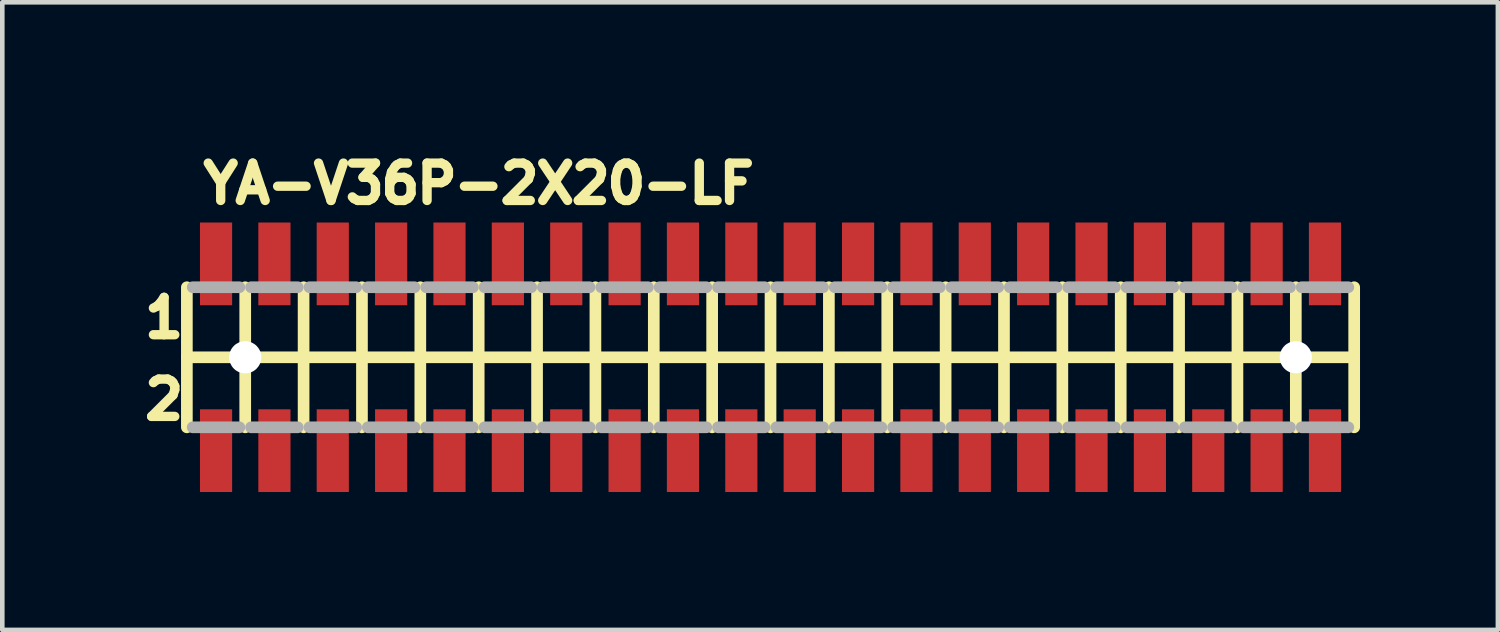
<source format=kicad_pcb>
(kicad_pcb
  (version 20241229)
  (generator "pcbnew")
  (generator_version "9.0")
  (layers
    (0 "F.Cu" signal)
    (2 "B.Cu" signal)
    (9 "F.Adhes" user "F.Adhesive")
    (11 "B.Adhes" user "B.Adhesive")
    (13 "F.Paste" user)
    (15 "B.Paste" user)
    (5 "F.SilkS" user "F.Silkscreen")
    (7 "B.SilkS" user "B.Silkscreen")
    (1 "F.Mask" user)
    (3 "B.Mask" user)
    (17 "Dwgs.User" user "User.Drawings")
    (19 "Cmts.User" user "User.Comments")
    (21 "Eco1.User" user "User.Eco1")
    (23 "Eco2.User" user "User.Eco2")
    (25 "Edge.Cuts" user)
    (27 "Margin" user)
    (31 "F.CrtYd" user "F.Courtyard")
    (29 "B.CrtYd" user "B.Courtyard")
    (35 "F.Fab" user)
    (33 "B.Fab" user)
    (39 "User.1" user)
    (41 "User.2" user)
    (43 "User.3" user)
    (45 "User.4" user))
  (footprint "YA-V36P-2X20-LF"
    (layer "F.Cu")
    (at 13.716 4.724)
    (property "Reference" "YA-V36P-2X20-LF" (at -12.446 -3.302 0) (layer "F.SilkS") (effects (font (size 0.813 0.813) (thickness 0.203)) (justify left bottom)))
    (fp_line (start -12.7 -1.524) (end -12.7 0) (stroke (width 0.254) (type solid)) (layer "F.SilkS"))
    (fp_line (start -12.7 0) (end -12.7 1.524) (stroke (width 0.254) (type solid)) (layer "F.SilkS"))
    (fp_line (start -12.7 0) (end -11.43 0) (stroke (width 0.254) (type solid)) (layer "F.SilkS"))
    (fp_line (start -11.43 0) (end -11.43 -1.524) (stroke (width 0.254) (type solid)) (layer "F.SilkS"))
    (fp_line (start -11.43 0) (end -10.16 0) (stroke (width 0.254) (type solid)) (layer "F.SilkS"))
    (fp_line (start -11.43 1.524) (end -11.43 0) (stroke (width 0.254) (type solid)) (layer "F.SilkS"))
    (fp_line (start -10.16 0) (end -10.16 -1.524) (stroke (width 0.254) (type solid)) (layer "F.SilkS"))
    (fp_line (start -10.16 0) (end -8.89 0) (stroke (width 0.254) (type solid)) (layer "F.SilkS"))
    (fp_line (start -10.16 1.524) (end -10.16 0) (stroke (width 0.254) (type solid)) (layer "F.SilkS"))
    (fp_line (start -8.89 0) (end -8.89 -1.524) (stroke (width 0.254) (type solid)) (layer "F.SilkS"))
    (fp_line (start -8.89 0) (end -7.62 0) (stroke (width 0.254) (type solid)) (layer "F.SilkS"))
    (fp_line (start -8.89 1.524) (end -8.89 0) (stroke (width 0.254) (type solid)) (layer "F.SilkS"))
    (fp_line (start -7.62 0) (end -7.62 -1.524) (stroke (width 0.254) (type solid)) (layer "F.SilkS"))
    (fp_line (start -7.62 0) (end -6.35 0) (stroke (width 0.254) (type solid)) (layer "F.SilkS"))
    (fp_line (start -7.62 1.524) (end -7.62 0) (stroke (width 0.254) (type solid)) (layer "F.SilkS"))
    (fp_line (start -6.35 0) (end -6.35 -1.524) (stroke (width 0.254) (type solid)) (layer "F.SilkS"))
    (fp_line (start -6.35 0) (end -5.08 0) (stroke (width 0.254) (type solid)) (layer "F.SilkS"))
    (fp_line (start -6.35 1.524) (end -6.35 0) (stroke (width 0.254) (type solid)) (layer "F.SilkS"))
    (fp_line (start -5.08 0) (end -5.08 -1.524) (stroke (width 0.254) (type solid)) (layer "F.SilkS"))
    (fp_line (start -5.08 0) (end -3.81 0) (stroke (width 0.254) (type solid)) (layer "F.SilkS"))
    (fp_line (start -5.08 1.524) (end -5.08 0) (stroke (width 0.254) (type solid)) (layer "F.SilkS"))
    (fp_line (start -3.81 0) (end -3.81 -1.524) (stroke (width 0.254) (type solid)) (layer "F.SilkS"))
    (fp_line (start -3.81 0) (end -2.54 0) (stroke (width 0.254) (type solid)) (layer "F.SilkS"))
    (fp_line (start -3.81 1.524) (end -3.81 0) (stroke (width 0.254) (type solid)) (layer "F.SilkS"))
    (fp_line (start -2.54 0) (end -2.54 -1.524) (stroke (width 0.254) (type solid)) (layer "F.SilkS"))
    (fp_line (start -2.54 0) (end -1.27 0) (stroke (width 0.254) (type solid)) (layer "F.SilkS"))
    (fp_line (start -2.54 1.524) (end -2.54 0) (stroke (width 0.254) (type solid)) (layer "F.SilkS"))
    (fp_line (start -1.27 0) (end -1.27 -1.524) (stroke (width 0.254) (type solid)) (layer "F.SilkS"))
    (fp_line (start -1.27 0) (end 0 0) (stroke (width 0.254) (type solid)) (layer "F.SilkS"))
    (fp_line (start -1.27 1.524) (end -1.27 0) (stroke (width 0.254) (type solid)) (layer "F.SilkS"))
    (fp_line (start 0 0) (end 0 -1.524) (stroke (width 0.254) (type solid)) (layer "F.SilkS"))
    (fp_line (start 0 0) (end 1.27 0) (stroke (width 0.254) (type solid)) (layer "F.SilkS"))
    (fp_line (start 0 1.524) (end 0 0) (stroke (width 0.254) (type solid)) (layer "F.SilkS"))
    (fp_line (start 1.27 0) (end 1.27 -1.524) (stroke (width 0.254) (type solid)) (layer "F.SilkS"))
    (fp_line (start 1.27 0) (end 2.54 0) (stroke (width 0.254) (type solid)) (layer "F.SilkS"))
    (fp_line (start 1.27 1.524) (end 1.27 0) (stroke (width 0.254) (type solid)) (layer "F.SilkS"))
    (fp_line (start 2.54 0) (end 2.54 -1.524) (stroke (width 0.254) (type solid)) (layer "F.SilkS"))
    (fp_line (start 2.54 0) (end 3.81 0) (stroke (width 0.254) (type solid)) (layer "F.SilkS"))
    (fp_line (start 2.54 1.524) (end 2.54 0) (stroke (width 0.254) (type solid)) (layer "F.SilkS"))
    (fp_line (start 3.81 0) (end 3.81 -1.524) (stroke (width 0.254) (type solid)) (layer "F.SilkS"))
    (fp_line (start 3.81 0) (end 5.08 0) (stroke (width 0.254) (type solid)) (layer "F.SilkS"))
    (fp_line (start 3.81 1.524) (end 3.81 0) (stroke (width 0.254) (type solid)) (layer "F.SilkS"))
    (fp_line (start 5.08 0) (end 5.08 -1.524) (stroke (width 0.254) (type solid)) (layer "F.SilkS"))
    (fp_line (start 5.08 0) (end 6.35 0) (stroke (width 0.254) (type solid)) (layer "F.SilkS"))
    (fp_line (start 5.08 1.524) (end 5.08 0) (stroke (width 0.254) (type solid)) (layer "F.SilkS"))
    (fp_line (start 6.35 0) (end 6.35 -1.524) (stroke (width 0.254) (type solid)) (layer "F.SilkS"))
    (fp_line (start 6.35 0) (end 7.62 0) (stroke (width 0.254) (type solid)) (layer "F.SilkS"))
    (fp_line (start 6.35 1.524) (end 6.35 0) (stroke (width 0.254) (type solid)) (layer "F.SilkS"))
    (fp_line (start 7.62 0) (end 7.62 -1.524) (stroke (width 0.254) (type solid)) (layer "F.SilkS"))
    (fp_line (start 7.62 0) (end 8.89 0) (stroke (width 0.254) (type solid)) (layer "F.SilkS"))
    (fp_line (start 7.62 1.524) (end 7.62 0) (stroke (width 0.254) (type solid)) (layer "F.SilkS"))
    (fp_line (start 8.89 0) (end 8.89 -1.524) (stroke (width 0.254) (type solid)) (layer "F.SilkS"))
    (fp_line (start 8.89 0) (end 10.16 0) (stroke (width 0.254) (type solid)) (layer "F.SilkS"))
    (fp_line (start 8.89 1.524) (end 8.89 0) (stroke (width 0.254) (type solid)) (layer "F.SilkS"))
    (fp_line (start 10.16 0) (end 10.16 -1.524) (stroke (width 0.254) (type solid)) (layer "F.SilkS"))
    (fp_line (start 10.16 0) (end 11.43 0) (stroke (width 0.254) (type solid)) (layer "F.SilkS"))
    (fp_line (start 10.16 1.524) (end 10.16 0) (stroke (width 0.254) (type solid)) (layer "F.SilkS"))
    (fp_line (start 11.43 0) (end 11.43 -1.524) (stroke (width 0.254) (type solid)) (layer "F.SilkS"))
    (fp_line (start 11.43 0) (end 12.7 0) (stroke (width 0.254) (type solid)) (layer "F.SilkS"))
    (fp_line (start 11.43 1.524) (end 11.43 0) (stroke (width 0.254) (type solid)) (layer "F.SilkS"))
    (fp_line (start 12.7 -1.524) (end 12.7 0) (stroke (width 0.254) (type solid)) (layer "F.SilkS"))
    (fp_line (start 12.7 0) (end 12.7 1.524) (stroke (width 0.254) (type solid)) (layer "F.SilkS"))
    (fp_poly (pts (xy -12.515 -1.132) (xy -11.615 -1.132) (xy -11.615 -2.932) (xy -12.515 -2.932)) (stroke (width 0) (type solid)) (fill yes) (layer "F.Paste"))
    (fp_poly (pts (xy -12.515 2.932) (xy -11.615 2.932) (xy -11.615 1.132) (xy -12.515 1.132)) (stroke (width 0) (type solid)) (fill yes) (layer "F.Paste"))
    (fp_poly (pts (xy -11.245 -1.132) (xy -10.345 -1.132) (xy -10.345 -2.932) (xy -11.245 -2.932)) (stroke (width 0) (type solid)) (fill yes) (layer "F.Paste"))
    (fp_poly (pts (xy -11.245 2.932) (xy -10.345 2.932) (xy -10.345 1.132) (xy -11.245 1.132)) (stroke (width 0) (type solid)) (fill yes) (layer "F.Paste"))
    (fp_poly (pts (xy -9.975 -1.132) (xy -9.075 -1.132) (xy -9.075 -2.932) (xy -9.975 -2.932)) (stroke (width 0) (type solid)) (fill yes) (layer "F.Paste"))
    (fp_poly (pts (xy -9.975 2.932) (xy -9.075 2.932) (xy -9.075 1.132) (xy -9.975 1.132)) (stroke (width 0) (type solid)) (fill yes) (layer "F.Paste"))
    (fp_poly (pts (xy -8.705 -1.132) (xy -7.805 -1.132) (xy -7.805 -2.932) (xy -8.705 -2.932)) (stroke (width 0) (type solid)) (fill yes) (layer "F.Paste"))
    (fp_poly (pts (xy -8.705 2.932) (xy -7.805 2.932) (xy -7.805 1.132) (xy -8.705 1.132)) (stroke (width 0) (type solid)) (fill yes) (layer "F.Paste"))
    (fp_poly (pts (xy -7.435 -1.132) (xy -6.535 -1.132) (xy -6.535 -2.932) (xy -7.435 -2.932)) (stroke (width 0) (type solid)) (fill yes) (layer "F.Paste"))
    (fp_poly (pts (xy -7.435 2.932) (xy -6.535 2.932) (xy -6.535 1.132) (xy -7.435 1.132)) (stroke (width 0) (type solid)) (fill yes) (layer "F.Paste"))
    (fp_poly (pts (xy -6.165 -1.132) (xy -5.265 -1.132) (xy -5.265 -2.932) (xy -6.165 -2.932)) (stroke (width 0) (type solid)) (fill yes) (layer "F.Paste"))
    (fp_poly (pts (xy -6.165 2.932) (xy -5.265 2.932) (xy -5.265 1.132) (xy -6.165 1.132)) (stroke (width 0) (type solid)) (fill yes) (layer "F.Paste"))
    (fp_poly (pts (xy -4.895 -1.132) (xy -3.995 -1.132) (xy -3.995 -2.932) (xy -4.895 -2.932)) (stroke (width 0) (type solid)) (fill yes) (layer "F.Paste"))
    (fp_poly (pts (xy -4.895 2.932) (xy -3.995 2.932) (xy -3.995 1.132) (xy -4.895 1.132)) (stroke (width 0) (type solid)) (fill yes) (layer "F.Paste"))
    (fp_poly (pts (xy -3.625 -1.132) (xy -2.725 -1.132) (xy -2.725 -2.932) (xy -3.625 -2.932)) (stroke (width 0) (type solid)) (fill yes) (layer "F.Paste"))
    (fp_poly (pts (xy -3.625 2.932) (xy -2.725 2.932) (xy -2.725 1.132) (xy -3.625 1.132)) (stroke (width 0) (type solid)) (fill yes) (layer "F.Paste"))
    (fp_poly (pts (xy -2.355 -1.132) (xy -1.455 -1.132) (xy -1.455 -2.932) (xy -2.355 -2.932)) (stroke (width 0) (type solid)) (fill yes) (layer "F.Paste"))
    (fp_poly (pts (xy -2.355 2.932) (xy -1.455 2.932) (xy -1.455 1.132) (xy -2.355 1.132)) (stroke (width 0) (type solid)) (fill yes) (layer "F.Paste"))
    (fp_poly (pts (xy -1.085 -1.132) (xy -0.185 -1.132) (xy -0.185 -2.932) (xy -1.085 -2.932)) (stroke (width 0) (type solid)) (fill yes) (layer "F.Paste"))
    (fp_poly (pts (xy -1.085 2.932) (xy -0.185 2.932) (xy -0.185 1.132) (xy -1.085 1.132)) (stroke (width 0) (type solid)) (fill yes) (layer "F.Paste"))
    (fp_poly (pts (xy 0.185 -1.132) (xy 1.085 -1.132) (xy 1.085 -2.932) (xy 0.185 -2.932)) (stroke (width 0) (type solid)) (fill yes) (layer "F.Paste"))
    (fp_poly (pts (xy 0.185 2.932) (xy 1.085 2.932) (xy 1.085 1.132) (xy 0.185 1.132)) (stroke (width 0) (type solid)) (fill yes) (layer "F.Paste"))
    (fp_poly (pts (xy 1.455 -1.132) (xy 2.355 -1.132) (xy 2.355 -2.932) (xy 1.455 -2.932)) (stroke (width 0) (type solid)) (fill yes) (layer "F.Paste"))
    (fp_poly (pts (xy 1.455 2.932) (xy 2.355 2.932) (xy 2.355 1.132) (xy 1.455 1.132)) (stroke (width 0) (type solid)) (fill yes) (layer "F.Paste"))
    (fp_poly (pts (xy 2.725 -1.132) (xy 3.625 -1.132) (xy 3.625 -2.932) (xy 2.725 -2.932)) (stroke (width 0) (type solid)) (fill yes) (layer "F.Paste"))
    (fp_poly (pts (xy 2.725 2.932) (xy 3.625 2.932) (xy 3.625 1.132) (xy 2.725 1.132)) (stroke (width 0) (type solid)) (fill yes) (layer "F.Paste"))
    (fp_poly (pts (xy 3.995 -1.132) (xy 4.895 -1.132) (xy 4.895 -2.932) (xy 3.995 -2.932)) (stroke (width 0) (type solid)) (fill yes) (layer "F.Paste"))
    (fp_poly (pts (xy 3.995 2.932) (xy 4.895 2.932) (xy 4.895 1.132) (xy 3.995 1.132)) (stroke (width 0) (type solid)) (fill yes) (layer "F.Paste"))
    (fp_poly (pts (xy 5.265 -1.132) (xy 6.165 -1.132) (xy 6.165 -2.932) (xy 5.265 -2.932)) (stroke (width 0) (type solid)) (fill yes) (layer "F.Paste"))
    (fp_poly (pts (xy 5.265 2.932) (xy 6.165 2.932) (xy 6.165 1.132) (xy 5.265 1.132)) (stroke (width 0) (type solid)) (fill yes) (layer "F.Paste"))
    (fp_poly (pts (xy 6.535 -1.132) (xy 7.435 -1.132) (xy 7.435 -2.932) (xy 6.535 -2.932)) (stroke (width 0) (type solid)) (fill yes) (layer "F.Paste"))
    (fp_poly (pts (xy 6.535 2.932) (xy 7.435 2.932) (xy 7.435 1.132) (xy 6.535 1.132)) (stroke (width 0) (type solid)) (fill yes) (layer "F.Paste"))
    (fp_poly (pts (xy 7.805 -1.132) (xy 8.705 -1.132) (xy 8.705 -2.932) (xy 7.805 -2.932)) (stroke (width 0) (type solid)) (fill yes) (layer "F.Paste"))
    (fp_poly (pts (xy 7.805 2.932) (xy 8.705 2.932) (xy 8.705 1.132) (xy 7.805 1.132)) (stroke (width 0) (type solid)) (fill yes) (layer "F.Paste"))
    (fp_poly (pts (xy 9.075 -1.132) (xy 9.975 -1.132) (xy 9.975 -2.932) (xy 9.075 -2.932)) (stroke (width 0) (type solid)) (fill yes) (layer "F.Paste"))
    (fp_poly (pts (xy 9.075 2.932) (xy 9.975 2.932) (xy 9.975 1.132) (xy 9.075 1.132)) (stroke (width 0) (type solid)) (fill yes) (layer "F.Paste"))
    (fp_poly (pts (xy 10.345 -1.132) (xy 11.245 -1.132) (xy 11.245 -2.932) (xy 10.345 -2.932)) (stroke (width 0) (type solid)) (fill yes) (layer "F.Paste"))
    (fp_poly (pts (xy 10.345 2.932) (xy 11.245 2.932) (xy 11.245 1.132) (xy 10.345 1.132)) (stroke (width 0) (type solid)) (fill yes) (layer "F.Paste"))
    (fp_poly (pts (xy 11.615 -1.132) (xy 12.515 -1.132) (xy 12.515 -2.932) (xy 11.615 -2.932)) (stroke (width 0) (type solid)) (fill yes) (layer "F.Paste"))
    (fp_poly (pts (xy 11.615 2.932) (xy 12.515 2.932) (xy 12.515 1.132) (xy 11.615 1.132)) (stroke (width 0) (type solid)) (fill yes) (layer "F.Paste"))
    (fp_line (start -12.573 -1.524) (end -11.557 -1.524) (stroke (width 0.254) (type solid)) (layer "F.Fab"))
    (fp_line (start -12.573 1.524) (end -11.557 1.524) (stroke (width 0.254) (type solid)) (layer "F.Fab"))
    (fp_line (start -11.303 -1.524) (end -10.287 -1.524) (stroke (width 0.254) (type solid)) (layer "F.Fab"))
    (fp_line (start -11.303 1.524) (end -10.287 1.524) (stroke (width 0.254) (type solid)) (layer "F.Fab"))
    (fp_line (start -10.033 -1.524) (end -9.017 -1.524) (stroke (width 0.254) (type solid)) (layer "F.Fab"))
    (fp_line (start -10.033 1.524) (end -9.017 1.524) (stroke (width 0.254) (type solid)) (layer "F.Fab"))
    (fp_line (start -8.763 -1.524) (end -7.747 -1.524) (stroke (width 0.254) (type solid)) (layer "F.Fab"))
    (fp_line (start -8.763 1.524) (end -7.747 1.524) (stroke (width 0.254) (type solid)) (layer "F.Fab"))
    (fp_line (start -7.493 -1.524) (end -6.477 -1.524) (stroke (width 0.254) (type solid)) (layer "F.Fab"))
    (fp_line (start -7.493 1.524) (end -6.477 1.524) (stroke (width 0.254) (type solid)) (layer "F.Fab"))
    (fp_line (start -6.223 -1.524) (end -5.207 -1.524) (stroke (width 0.254) (type solid)) (layer "F.Fab"))
    (fp_line (start -6.223 1.524) (end -5.207 1.524) (stroke (width 0.254) (type solid)) (layer "F.Fab"))
    (fp_line (start -4.953 -1.524) (end -3.937 -1.524) (stroke (width 0.254) (type solid)) (layer "F.Fab"))
    (fp_line (start -4.953 1.524) (end -3.937 1.524) (stroke (width 0.254) (type solid)) (layer "F.Fab"))
    (fp_line (start -3.683 -1.524) (end -2.667 -1.524) (stroke (width 0.254) (type solid)) (layer "F.Fab"))
    (fp_line (start -3.683 1.524) (end -2.667 1.524) (stroke (width 0.254) (type solid)) (layer "F.Fab"))
    (fp_line (start -2.413 -1.524) (end -1.397 -1.524) (stroke (width 0.254) (type solid)) (layer "F.Fab"))
    (fp_line (start -2.413 1.524) (end -1.397 1.524) (stroke (width 0.254) (type solid)) (layer "F.Fab"))
    (fp_line (start -1.143 -1.524) (end -0.127 -1.524) (stroke (width 0.254) (type solid)) (layer "F.Fab"))
    (fp_line (start -1.143 1.524) (end -0.127 1.524) (stroke (width 0.254) (type solid)) (layer "F.Fab"))
    (fp_line (start 0.127 -1.524) (end 1.143 -1.524) (stroke (width 0.254) (type solid)) (layer "F.Fab"))
    (fp_line (start 0.127 1.524) (end 1.143 1.524) (stroke (width 0.254) (type solid)) (layer "F.Fab"))
    (fp_line (start 1.397 -1.524) (end 2.413 -1.524) (stroke (width 0.254) (type solid)) (layer "F.Fab"))
    (fp_line (start 1.397 1.524) (end 2.413 1.524) (stroke (width 0.254) (type solid)) (layer "F.Fab"))
    (fp_line (start 2.667 -1.524) (end 3.683 -1.524) (stroke (width 0.254) (type solid)) (layer "F.Fab"))
    (fp_line (start 2.667 1.524) (end 3.683 1.524) (stroke (width 0.254) (type solid)) (layer "F.Fab"))
    (fp_line (start 3.937 -1.524) (end 4.953 -1.524) (stroke (width 0.254) (type solid)) (layer "F.Fab"))
    (fp_line (start 3.937 1.524) (end 4.953 1.524) (stroke (width 0.254) (type solid)) (layer "F.Fab"))
    (fp_line (start 5.207 -1.524) (end 6.223 -1.524) (stroke (width 0.254) (type solid)) (layer "F.Fab"))
    (fp_line (start 5.207 1.524) (end 6.223 1.524) (stroke (width 0.254) (type solid)) (layer "F.Fab"))
    (fp_line (start 6.477 -1.524) (end 7.493 -1.524) (stroke (width 0.254) (type solid)) (layer "F.Fab"))
    (fp_line (start 6.477 1.524) (end 7.493 1.524) (stroke (width 0.254) (type solid)) (layer "F.Fab"))
    (fp_line (start 7.747 -1.524) (end 8.763 -1.524) (stroke (width 0.254) (type solid)) (layer "F.Fab"))
    (fp_line (start 7.747 1.524) (end 8.763 1.524) (stroke (width 0.254) (type solid)) (layer "F.Fab"))
    (fp_line (start 9.017 -1.524) (end 10.033 -1.524) (stroke (width 0.254) (type solid)) (layer "F.Fab"))
    (fp_line (start 9.017 1.524) (end 10.033 1.524) (stroke (width 0.254) (type solid)) (layer "F.Fab"))
    (fp_line (start 10.287 -1.524) (end 11.303 -1.524) (stroke (width 0.254) (type solid)) (layer "F.Fab"))
    (fp_line (start 10.287 1.524) (end 11.303 1.524) (stroke (width 0.254) (type solid)) (layer "F.Fab"))
    (fp_line (start 11.557 -1.524) (end 12.573 -1.524) (stroke (width 0.254) (type solid)) (layer "F.Fab"))
    (fp_line (start 11.557 1.524) (end 12.573 1.524) (stroke (width 0.254) (type solid)) (layer "F.Fab"))
    (fp_text user "2" (at -13.716 1.397 0) (layer "F.SilkS") (effects (font (size 0.813 0.813) (thickness 0.203)) (justify left bottom)))
    (fp_text user "1" (at -13.716 -0.381 0) (layer "F.SilkS") (effects (font (size 0.813 0.813) (thickness 0.203)) (justify left bottom)))
    (pad "" np_thru_hole circle (at -11.43 0) (size 0.7 0.7) (drill 0.7) (layers "*.Cu" "*.Mask"))
    (pad "" np_thru_hole circle (at 11.43 0) (size 0.7 0.7) (drill 0.7) (layers "*.Cu" "*.Mask"))
    (pad "1" smd rect (at -12.065 -2.032 270) (size 1.8 0.7) (layers "F.Cu" "F.Mask"))
    (pad "2" smd rect (at -12.065 2.032 270) (size 1.8 0.7) (layers "F.Cu" "F.Mask"))
    (pad "3" smd rect (at -10.795 -2.032 270) (size 1.8 0.7) (layers "F.Cu" "F.Mask"))
    (pad "4" smd rect (at -10.795 2.032 270) (size 1.8 0.7) (layers "F.Cu" "F.Mask"))
    (pad "5" smd rect (at -9.525 -2.032 270) (size 1.8 0.7) (layers "F.Cu" "F.Mask"))
    (pad "6" smd rect (at -9.525 2.032 270) (size 1.8 0.7) (layers "F.Cu" "F.Mask"))
    (pad "7" smd rect (at -8.255 -2.032 270) (size 1.8 0.7) (layers "F.Cu" "F.Mask"))
    (pad "8" smd rect (at -8.255 2.032 270) (size 1.8 0.7) (layers "F.Cu" "F.Mask"))
    (pad "9" smd rect (at -6.985 -2.032 270) (size 1.8 0.7) (layers "F.Cu" "F.Mask"))
    (pad "10" smd rect (at -6.985 2.032 270) (size 1.8 0.7) (layers "F.Cu" "F.Mask"))
    (pad "11" smd rect (at -5.715 -2.032 270) (size 1.8 0.7) (layers "F.Cu" "F.Mask"))
    (pad "12" smd rect (at -5.715 2.032 270) (size 1.8 0.7) (layers "F.Cu" "F.Mask"))
    (pad "13" smd rect (at -4.445 -2.032 90) (size 1.8 0.7) (layers "F.Cu" "F.Mask"))
    (pad "14" smd rect (at -4.445 2.032 90) (size 1.8 0.7) (layers "F.Cu" "F.Mask"))
    (pad "15" smd rect (at -3.175 -2.032 90) (size 1.8 0.7) (layers "F.Cu" "F.Mask"))
    (pad "16" smd rect (at -3.175 2.032 90) (size 1.8 0.7) (layers "F.Cu" "F.Mask"))
    (pad "17" smd rect (at -1.905 -2.032 90) (size 1.8 0.7) (layers "F.Cu" "F.Mask"))
    (pad "18" smd rect (at -1.905 2.032 90) (size 1.8 0.7) (layers "F.Cu" "F.Mask"))
    (pad "19" smd rect (at -0.635 -2.032 90) (size 1.8 0.7) (layers "F.Cu" "F.Mask"))
    (pad "20" smd rect (at -0.635 2.032 90) (size 1.8 0.7) (layers "F.Cu" "F.Mask"))
    (pad "21" smd rect (at 0.635 -2.032 90) (size 1.8 0.7) (layers "F.Cu" "F.Mask"))
    (pad "22" smd rect (at 0.635 2.032 90) (size 1.8 0.7) (layers "F.Cu" "F.Mask"))
    (pad "23" smd rect (at 1.905 -2.032 90) (size 1.8 0.7) (layers "F.Cu" "F.Mask"))
    (pad "24" smd rect (at 1.905 2.032 90) (size 1.8 0.7) (layers "F.Cu" "F.Mask"))
    (pad "25" smd rect (at 3.175 -2.032 90) (size 1.8 0.7) (layers "F.Cu" "F.Mask"))
    (pad "26" smd rect (at 3.175 2.032 90) (size 1.8 0.7) (layers "F.Cu" "F.Mask"))
    (pad "27" smd rect (at 4.445 -2.032 90) (size 1.8 0.7) (layers "F.Cu" "F.Mask"))
    (pad "28" smd rect (at 4.445 2.032 90) (size 1.8 0.7) (layers "F.Cu" "F.Mask"))
    (pad "29" smd rect (at 5.715 -2.032 90) (size 1.8 0.7) (layers "F.Cu" "F.Mask"))
    (pad "30" smd rect (at 5.715 2.032 90) (size 1.8 0.7) (layers "F.Cu" "F.Mask"))
    (pad "31" smd rect (at 6.985 -2.032 90) (size 1.8 0.7) (layers "F.Cu" "F.Mask"))
    (pad "32" smd rect (at 6.985 2.032 90) (size 1.8 0.7) (layers "F.Cu" "F.Mask"))
    (pad "33" smd rect (at 8.255 -2.032 90) (size 1.8 0.7) (layers "F.Cu" "F.Mask"))
    (pad "34" smd rect (at 8.255 2.032 90) (size 1.8 0.7) (layers "F.Cu" "F.Mask"))
    (pad "35" smd rect (at 9.525 -2.032 90) (size 1.8 0.7) (layers "F.Cu" "F.Mask"))
    (pad "36" smd rect (at 9.525 2.032 90) (size 1.8 0.7) (layers "F.Cu" "F.Mask"))
    (pad "37" smd rect (at 10.795 -2.032 90) (size 1.8 0.7) (layers "F.Cu" "F.Mask"))
    (pad "38" smd rect (at 10.795 2.032 90) (size 1.8 0.7) (layers "F.Cu" "F.Mask"))
    (pad "39" smd rect (at 12.065 -2.032 90) (size 1.8 0.7) (layers "F.Cu" "F.Mask"))
    (pad "40" smd rect (at 12.065 2.032 90) (size 1.8 0.7) (layers "F.Cu" "F.Mask")))
  (gr_rect
    (start -3 -3)
    (end 29.543 10.656)
    (stroke (width 0.1) (type default))
    (fill no)
    (layer "Edge.Cuts")))
</source>
